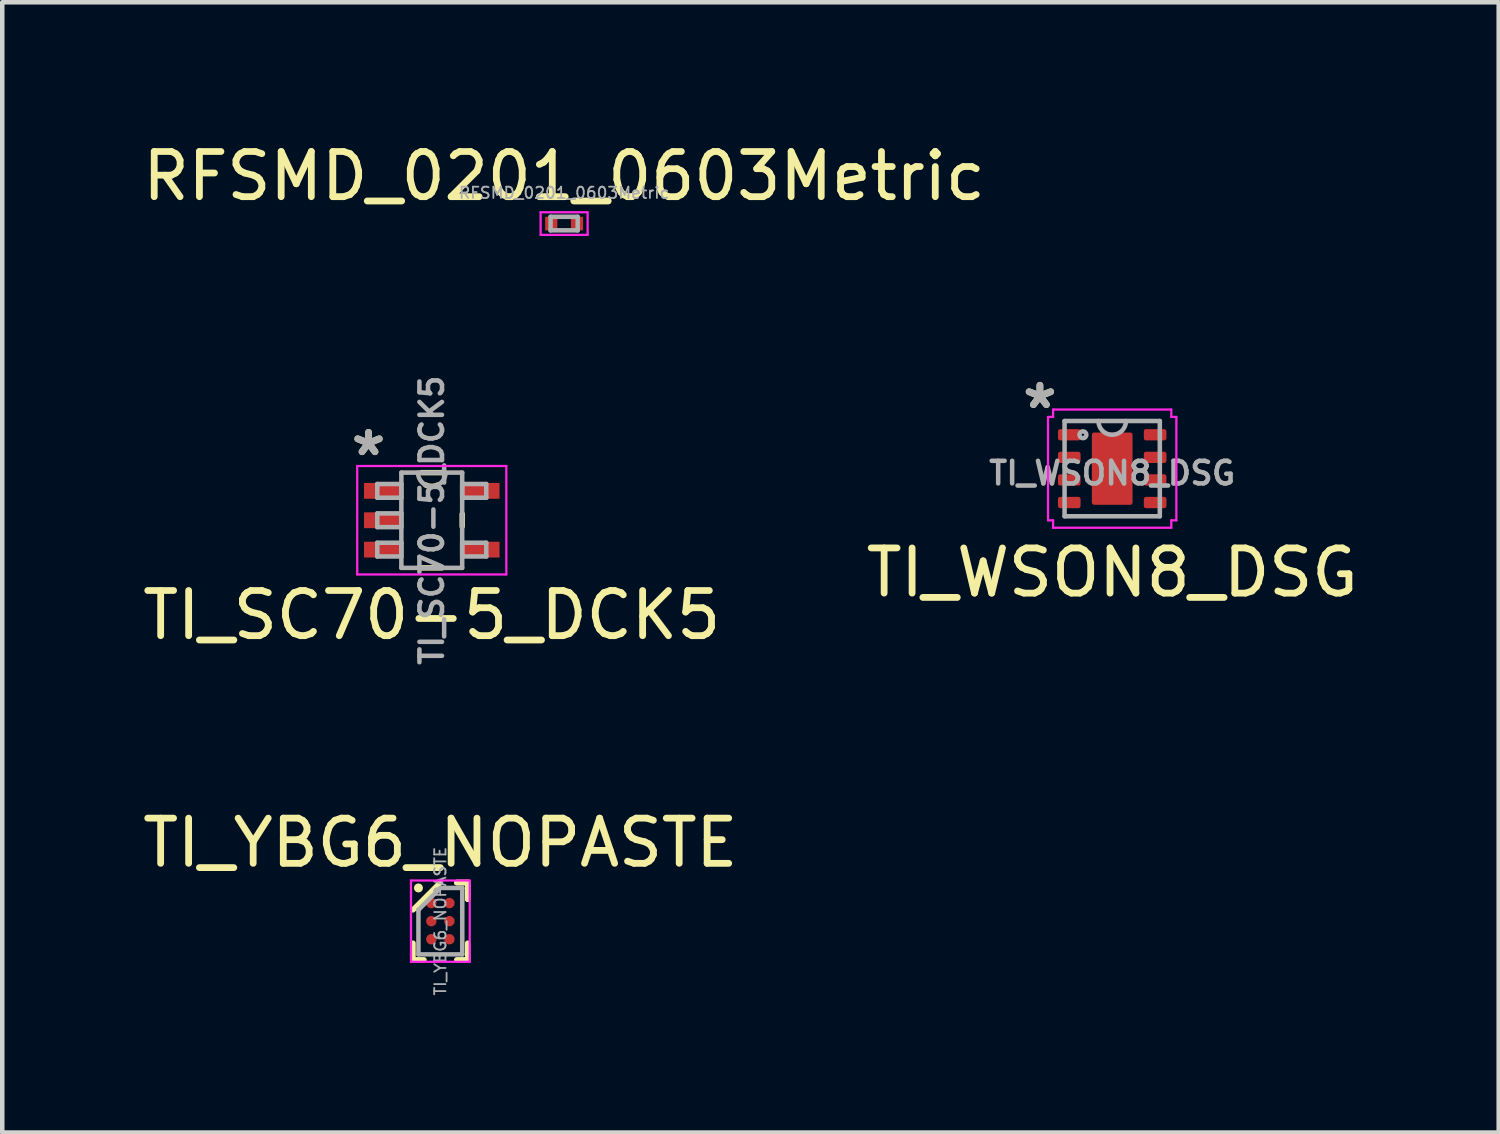
<source format=kicad_pcb>
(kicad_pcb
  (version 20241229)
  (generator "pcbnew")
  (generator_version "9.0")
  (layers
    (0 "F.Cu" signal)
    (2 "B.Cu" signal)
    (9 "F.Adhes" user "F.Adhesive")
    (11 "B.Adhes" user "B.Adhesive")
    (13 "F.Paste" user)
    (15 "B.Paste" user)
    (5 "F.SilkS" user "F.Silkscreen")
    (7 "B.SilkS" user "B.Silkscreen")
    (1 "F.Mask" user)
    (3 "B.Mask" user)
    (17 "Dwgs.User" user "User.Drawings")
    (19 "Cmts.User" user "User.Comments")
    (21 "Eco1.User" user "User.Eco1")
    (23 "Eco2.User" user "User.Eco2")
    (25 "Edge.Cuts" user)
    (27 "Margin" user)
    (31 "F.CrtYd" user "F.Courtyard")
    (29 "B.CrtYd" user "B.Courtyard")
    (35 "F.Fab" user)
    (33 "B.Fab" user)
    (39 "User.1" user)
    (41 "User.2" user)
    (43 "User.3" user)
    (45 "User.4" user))
  (footprint "TI_YBG6_NOPASTE"
    (layer "F.Cu")
    (at 6.696 17.337)
    (property "Reference" "TI_YBG6_NOPASTE" (at 0 -1.735 0) (layer "F.SilkS") (effects (font (size 1 1) (thickness 0.15))))
    (attr smd)
    (fp_line (start -0.605 0.855) (end -0.605 0.487) (stroke (width 0.12) (type solid)) (layer "F.SilkS"))
    (fp_line (start -0.362 0.855) (end -0.605 0.855) (stroke (width 0.12) (type solid)) (layer "F.SilkS"))
    (fp_line (start 0 -0.855) (end -0.605 -0.25) (stroke (width 0.12) (type solid)) (layer "F.SilkS"))
    (fp_line (start 0.362 -0.855) (end 0.605 -0.855) (stroke (width 0.12) (type solid)) (layer "F.SilkS"))
    (fp_line (start 0.362 -0.855) (end 0.605 -0.855) (stroke (width 0.12) (type solid)) (layer "F.SilkS"))
    (fp_line (start 0.362 -0.855) (end 0.605 -0.855) (stroke (width 0.12) (type solid)) (layer "F.SilkS"))
    (fp_line (start 0.362 0.855) (end 0.605 0.855) (stroke (width 0.12) (type solid)) (layer "F.SilkS"))
    (fp_line (start 0.605 -0.855) (end 0.605 -0.487) (stroke (width 0.12) (type solid)) (layer "F.SilkS"))
    (fp_line (start 0.605 -0.855) (end 0.605 -0.487) (stroke (width 0.12) (type solid)) (layer "F.SilkS"))
    (fp_line (start 0.605 -0.855) (end 0.605 -0.487) (stroke (width 0.12) (type solid)) (layer "F.SilkS"))
    (fp_line (start 0.605 0.855) (end 0.605 0.487) (stroke (width 0.12) (type solid)) (layer "F.SilkS"))
    (fp_circle (center -0.485 -0.735) (end -0.435 -0.735) (stroke (width 0.1) (type solid)) (fill no) (layer "F.SilkS"))
    (fp_line (start -0.65 -0.9) (end 0.65 -0.9) (stroke (width 0.05) (type solid)) (layer "F.CrtYd"))
    (fp_line (start -0.65 0.9) (end -0.65 -0.9) (stroke (width 0.05) (type solid)) (layer "F.CrtYd"))
    (fp_line (start 0.65 -0.9) (end 0.65 0.9) (stroke (width 0.05) (type solid)) (layer "F.CrtYd"))
    (fp_line (start 0.65 0.9) (end -0.65 0.9) (stroke (width 0.05) (type solid)) (layer "F.CrtYd"))
    (fp_line (start -0.485 -0.25) (end -0.485 0.735) (stroke (width 0.1) (type solid)) (layer "F.Fab"))
    (fp_line (start -0.485 0.735) (end 0.485 0.735) (stroke (width 0.1) (type solid)) (layer "F.Fab"))
    (fp_line (start 0 -0.735) (end -0.485 -0.25) (stroke (width 0.1) (type solid)) (layer "F.Fab"))
    (fp_line (start 0.485 -0.735) (end 0 -0.735) (stroke (width 0.1) (type solid)) (layer "F.Fab"))
    (fp_line (start 0.485 0.735) (end 0.485 -0.735) (stroke (width 0.1) (type solid)) (layer "F.Fab"))
    (fp_text user "${REFERENCE}" (at 0 0 90) (layer "F.Fab") (effects (font (size 0.25 0.25) (thickness 0.04))))
    (pad "A1" smd circle (at -0.2 -0.4) (size 0.23 0.23) (layers "F.Cu" "F.Mask"))
    (pad "A2" smd circle (at 0.2 -0.4) (size 0.23 0.23) (layers "F.Cu" "F.Mask"))
    (pad "B1" smd circle (at -0.2 0) (size 0.23 0.23) (layers "F.Cu" "F.Mask"))
    (pad "B2" smd circle (at 0.2 0) (size 0.23 0.23) (layers "F.Cu" "F.Mask"))
    (pad "C1" smd circle (at -0.2 0.4) (size 0.23 0.23) (layers "F.Cu" "F.Mask"))
    (pad "C2" smd circle (at 0.2 0.4) (size 0.23 0.23) (layers "F.Cu" "F.Mask")))
  (footprint "TI_WSON8_DSG"
    (layer "F.Cu")
    (at 21.565 7.322)
    (property "Reference" "TI_WSON8_DSG" (at 0 2.3 0) (layer "F.SilkS") (effects (font (size 1 1) (thickness 0.15))))
    (attr smd)
    (fp_poly (pts (xy 0.25 -0.27) (xy -0.25 -0.27) (xy -0.25 -0.62) (xy 0.25 -0.62)) (stroke (width 0.1) (type solid)) (fill yes) (layer "F.Paste"))
    (fp_poly (pts (xy 0.25 0.62) (xy -0.25 0.62) (xy -0.25 0.27) (xy 0.25 0.27)) (stroke (width 0.1) (type solid)) (fill yes) (layer "F.Paste"))
    (fp_line (start -1.42 -1.144) (end -1.308 -1.144) (stroke (width 0.05) (type solid)) (layer "F.CrtYd"))
    (fp_line (start -1.42 1.144) (end -1.42 -1.144) (stroke (width 0.05) (type solid)) (layer "F.CrtYd"))
    (fp_line (start -1.308 -1.308) (end 1.308 -1.308) (stroke (width 0.05) (type solid)) (layer "F.CrtYd"))
    (fp_line (start -1.308 -1.144) (end -1.308 -1.308) (stroke (width 0.05) (type solid)) (layer "F.CrtYd"))
    (fp_line (start -1.308 1.144) (end -1.42 1.144) (stroke (width 0.05) (type solid)) (layer "F.CrtYd"))
    (fp_line (start -1.308 1.308) (end -1.308 1.144) (stroke (width 0.05) (type solid)) (layer "F.CrtYd"))
    (fp_line (start 1.308 -1.308) (end 1.308 -1.144) (stroke (width 0.05) (type solid)) (layer "F.CrtYd"))
    (fp_line (start 1.308 -1.144) (end 1.42 -1.144) (stroke (width 0.05) (type solid)) (layer "F.CrtYd"))
    (fp_line (start 1.308 1.144) (end 1.308 1.308) (stroke (width 0.05) (type solid)) (layer "F.CrtYd"))
    (fp_line (start 1.308 1.308) (end -1.308 1.308) (stroke (width 0.05) (type solid)) (layer "F.CrtYd"))
    (fp_line (start 1.42 -1.144) (end 1.42 1.144) (stroke (width 0.05) (type solid)) (layer "F.CrtYd"))
    (fp_line (start 1.42 1.144) (end 1.308 1.144) (stroke (width 0.05) (type solid)) (layer "F.CrtYd"))
    (fp_line (start -1.054 -1.054) (end -1.054 1.054) (stroke (width 0.1) (type solid)) (layer "F.Fab"))
    (fp_line (start -1.054 1.054) (end 1.054 1.054) (stroke (width 0.1) (type solid)) (layer "F.Fab"))
    (fp_line (start 1.054 -1.054) (end -1.054 -1.054) (stroke (width 0.1) (type solid)) (layer "F.Fab"))
    (fp_line (start 1.054 1.054) (end 1.054 -1.054) (stroke (width 0.1) (type solid)) (layer "F.Fab"))
    (fp_arc (start 0.3048 -1.0541) (mid 0 -0.7493) (end -0.3048 -1.0541) (stroke (width 0.1) (type solid)) (layer "F.Fab"))
    (fp_circle (center -0.648 -0.75) (end -0.572 -0.75) (stroke (width 0.1) (type solid)) (fill no) (layer "F.Fab"))
    (fp_text user "*" (at -1.6 -1.3 0) (layer "F.SilkS") (effects (font (size 1 1) (thickness 0.15))))
    (fp_text user "${REFERENCE}" (at 0 0.1 0) (layer "F.Fab") (effects (font (size 0.5 0.5) (thickness 0.1))))
    (fp_text user "*" (at -1.6 -1.3 0) (layer "F.Fab") (effects (font (size 1 1) (thickness 0.15))))
    (pad "1" smd roundrect (at -0.95 -0.75) (size 0.5 0.25) (layers "F.Cu" "F.Mask" "F.Paste") (roundrect_rratio 0.2))
    (pad "2" smd roundrect (at -0.95 -0.25) (size 0.5 0.25) (layers "F.Cu" "F.Mask" "F.Paste") (roundrect_rratio 0.2))
    (pad "3" smd roundrect (at -0.95 0.25) (size 0.5 0.25) (layers "F.Cu" "F.Mask" "F.Paste") (roundrect_rratio 0.2))
    (pad "4" smd roundrect (at -0.95 0.75) (size 0.5 0.25) (layers "F.Cu" "F.Mask" "F.Paste") (roundrect_rratio 0.2))
    (pad "5" smd roundrect (at 0.95 0.75) (size 0.5 0.25) (layers "F.Cu" "F.Mask" "F.Paste") (roundrect_rratio 0.2))
    (pad "6" smd roundrect (at 0.95 0.25) (size 0.5 0.25) (layers "F.Cu" "F.Mask" "F.Paste") (roundrect_rratio 0.2))
    (pad "7" smd roundrect (at 0.95 -0.25) (size 0.5 0.25) (layers "F.Cu" "F.Mask" "F.Paste") (roundrect_rratio 0.2))
    (pad "8" smd roundrect (at 0.95 -0.75) (size 0.5 0.25) (layers "F.Cu" "F.Mask" "F.Paste") (roundrect_rratio 0.2))
    (pad "9" smd roundrect (at 0 0) (size 0.9 1.6) (layers "F.Cu" "F.Mask") (roundrect_rratio 0.056)))
  (footprint "RFSMD_0201_0603Metric"
    (layer "F.Cu")
    (at 9.435 1.898)
    (property "Reference" "RFSMD_0201_0603Metric" (at 0 -1.05 0) (layer "F.SilkS") (effects (font (size 1 1) (thickness 0.15))))
    (attr smd)
    (fp_poly (pts (xy -0.25 0.075) (xy -0.35 0.075) (xy -0.35 -0.075) (xy -0.25 -0.075)) (stroke (width 0.1) (type solid)) (fill yes) (layer "F.Paste"))
    (fp_poly (pts (xy 0.35 0.075) (xy 0.25 0.075) (xy 0.25 -0.075) (xy 0.35 -0.075)) (stroke (width 0.1) (type solid)) (fill yes) (layer "F.Paste"))
    (fp_line (start -0.52 -0.25) (end 0.52 -0.25) (stroke (width 0.05) (type solid)) (layer "F.CrtYd"))
    (fp_line (start -0.52 0.25) (end -0.52 -0.25) (stroke (width 0.05) (type solid)) (layer "F.CrtYd"))
    (fp_line (start 0.52 -0.25) (end 0.52 0.25) (stroke (width 0.05) (type solid)) (layer "F.CrtYd"))
    (fp_line (start 0.52 0.25) (end -0.52 0.25) (stroke (width 0.05) (type solid)) (layer "F.CrtYd"))
    (fp_line (start -0.3 -0.15) (end 0.3 -0.15) (stroke (width 0.1) (type solid)) (layer "F.Fab"))
    (fp_line (start -0.3 0.15) (end -0.3 -0.15) (stroke (width 0.1) (type solid)) (layer "F.Fab"))
    (fp_line (start 0.3 -0.15) (end 0.3 0.15) (stroke (width 0.1) (type solid)) (layer "F.Fab"))
    (fp_line (start 0.3 0.15) (end -0.3 0.15) (stroke (width 0.1) (type solid)) (layer "F.Fab"))
    (fp_text user "${REFERENCE}" (at 0 -0.68 0) (layer "F.Fab") (effects (font (size 0.25 0.25) (thickness 0.04))))
    (pad "1" smd rect (at -0.285 0) (size 0.27 0.3) (layers "F.Cu" "F.Mask"))
    (pad "2" smd rect (at 0.285 0) (size 0.27 0.3) (layers "F.Cu" "F.Mask")))
  (footprint "TI_SC70-5_DCK5"
    (layer "F.Cu")
    (at 6.506 8.464)
    (property "Reference" "TI_SC70-5_DCK5" (at 0 2.1 0) (layer "F.SilkS") (effects (font (size 1 1) (thickness 0.15))))
    (attr smd)
    (fp_line (start -0.226 1.054) (end 0.226 1.054) (stroke (width 0.12) (type solid)) (layer "F.SilkS"))
    (fp_line (start 0.226 -1.054) (end -0.226 -1.054) (stroke (width 0.12) (type solid)) (layer "F.SilkS"))
    (fp_line (start 0.673 0.139) (end 0.673 -0.139) (stroke (width 0.12) (type solid)) (layer "F.SilkS"))
    (fp_arc (start 0.13716 -0.781905) (mid 0 -0.7493) (end -0.13716 -0.781905) (stroke (width 0.12) (type solid)) (layer "F.SilkS"))
    (fp_line (start -1.65 -1.2) (end 1.65 -1.2) (stroke (width 0.05) (type solid)) (layer "F.CrtYd"))
    (fp_line (start -1.65 1.2) (end -1.65 -1.2) (stroke (width 0.05) (type solid)) (layer "F.CrtYd"))
    (fp_line (start 1.65 -1.2) (end 1.65 1.2) (stroke (width 0.05) (type solid)) (layer "F.CrtYd"))
    (fp_line (start 1.65 1.2) (end -1.65 1.2) (stroke (width 0.05) (type solid)) (layer "F.CrtYd"))
    (fp_line (start -1.206 -0.802) (end -1.206 -0.498) (stroke (width 0.1) (type solid)) (layer "F.Fab"))
    (fp_line (start -1.206 -0.498) (end -0.673 -0.498) (stroke (width 0.1) (type solid)) (layer "F.Fab"))
    (fp_line (start -1.206 -0.152) (end -1.206 0.152) (stroke (width 0.1) (type solid)) (layer "F.Fab"))
    (fp_line (start -1.206 0.152) (end -0.673 0.152) (stroke (width 0.1) (type solid)) (layer "F.Fab"))
    (fp_line (start -1.206 0.498) (end -1.206 0.802) (stroke (width 0.1) (type solid)) (layer "F.Fab"))
    (fp_line (start -1.206 0.802) (end -0.673 0.802) (stroke (width 0.1) (type solid)) (layer "F.Fab"))
    (fp_line (start -0.673 -1.054) (end -0.673 1.054) (stroke (width 0.1) (type solid)) (layer "F.Fab"))
    (fp_line (start -0.673 -0.802) (end -1.206 -0.802) (stroke (width 0.1) (type solid)) (layer "F.Fab"))
    (fp_line (start -0.673 -0.498) (end -0.673 -0.802) (stroke (width 0.1) (type solid)) (layer "F.Fab"))
    (fp_line (start -0.673 -0.152) (end -1.206 -0.152) (stroke (width 0.1) (type solid)) (layer "F.Fab"))
    (fp_line (start -0.673 0.152) (end -0.673 -0.152) (stroke (width 0.1) (type solid)) (layer "F.Fab"))
    (fp_line (start -0.673 0.498) (end -1.206 0.498) (stroke (width 0.1) (type solid)) (layer "F.Fab"))
    (fp_line (start -0.673 0.802) (end -0.673 0.498) (stroke (width 0.1) (type solid)) (layer "F.Fab"))
    (fp_line (start -0.673 1.054) (end 0.673 1.054) (stroke (width 0.1) (type solid)) (layer "F.Fab"))
    (fp_line (start 0.673 -1.054) (end -0.673 -1.054) (stroke (width 0.1) (type solid)) (layer "F.Fab"))
    (fp_line (start 0.673 -0.802) (end 0.673 -0.498) (stroke (width 0.1) (type solid)) (layer "F.Fab"))
    (fp_line (start 0.673 -0.498) (end 1.206 -0.498) (stroke (width 0.1) (type solid)) (layer "F.Fab"))
    (fp_line (start 0.673 0.498) (end 0.673 0.802) (stroke (width 0.1) (type solid)) (layer "F.Fab"))
    (fp_line (start 0.673 0.802) (end 1.206 0.802) (stroke (width 0.1) (type solid)) (layer "F.Fab"))
    (fp_line (start 0.673 1.054) (end 0.673 -1.054) (stroke (width 0.1) (type solid)) (layer "F.Fab"))
    (fp_line (start 1.206 -0.802) (end 0.673 -0.802) (stroke (width 0.1) (type solid)) (layer "F.Fab"))
    (fp_line (start 1.206 -0.498) (end 1.206 -0.802) (stroke (width 0.1) (type solid)) (layer "F.Fab"))
    (fp_line (start 1.206 0.498) (end 0.673 0.498) (stroke (width 0.1) (type solid)) (layer "F.Fab"))
    (fp_line (start 1.206 0.802) (end 1.206 0.498) (stroke (width 0.1) (type solid)) (layer "F.Fab"))
    (fp_arc (start 0.3048 -1.0541) (mid 0 -0.7493) (end -0.3048 -1.0541) (stroke (width 0.1) (type solid)) (layer "F.Fab"))
    (fp_text user "*" (at -1.4 -1.4 0) (layer "F.SilkS") (effects (font (size 1 1) (thickness 0.15))))
    (fp_text user "${REFERENCE}" (at 0 0 90) (layer "F.Fab") (effects (font (size 0.5 0.5) (thickness 0.1))))
    (fp_text user "*" (at -1.4 -1.4 0) (layer "F.Fab") (effects (font (size 1 1) (thickness 0.15))))
    (pad "1" smd rect (at -1.1 -0.65) (size 0.8 0.35) (layers "F.Cu" "F.Mask" "F.Paste"))
    (pad "2" smd rect (at -1.1 0) (size 0.8 0.35) (layers "F.Cu" "F.Mask" "F.Paste"))
    (pad "3" smd rect (at -1.1 0.65) (size 0.8 0.35) (layers "F.Cu" "F.Mask" "F.Paste"))
    (pad "4" smd rect (at 1.1 0.65) (size 0.8 0.35) (layers "F.Cu" "F.Mask" "F.Paste"))
    (pad "5" smd rect (at 1.1 -0.65) (size 0.8 0.35) (layers "F.Cu" "F.Mask" "F.Paste")))
  (gr_rect
    (start -3 -3)
    (end 30.119 22.015)
    (stroke (width 0.1) (type default))
    (fill no)
    (layer "Edge.Cuts")))
</source>
